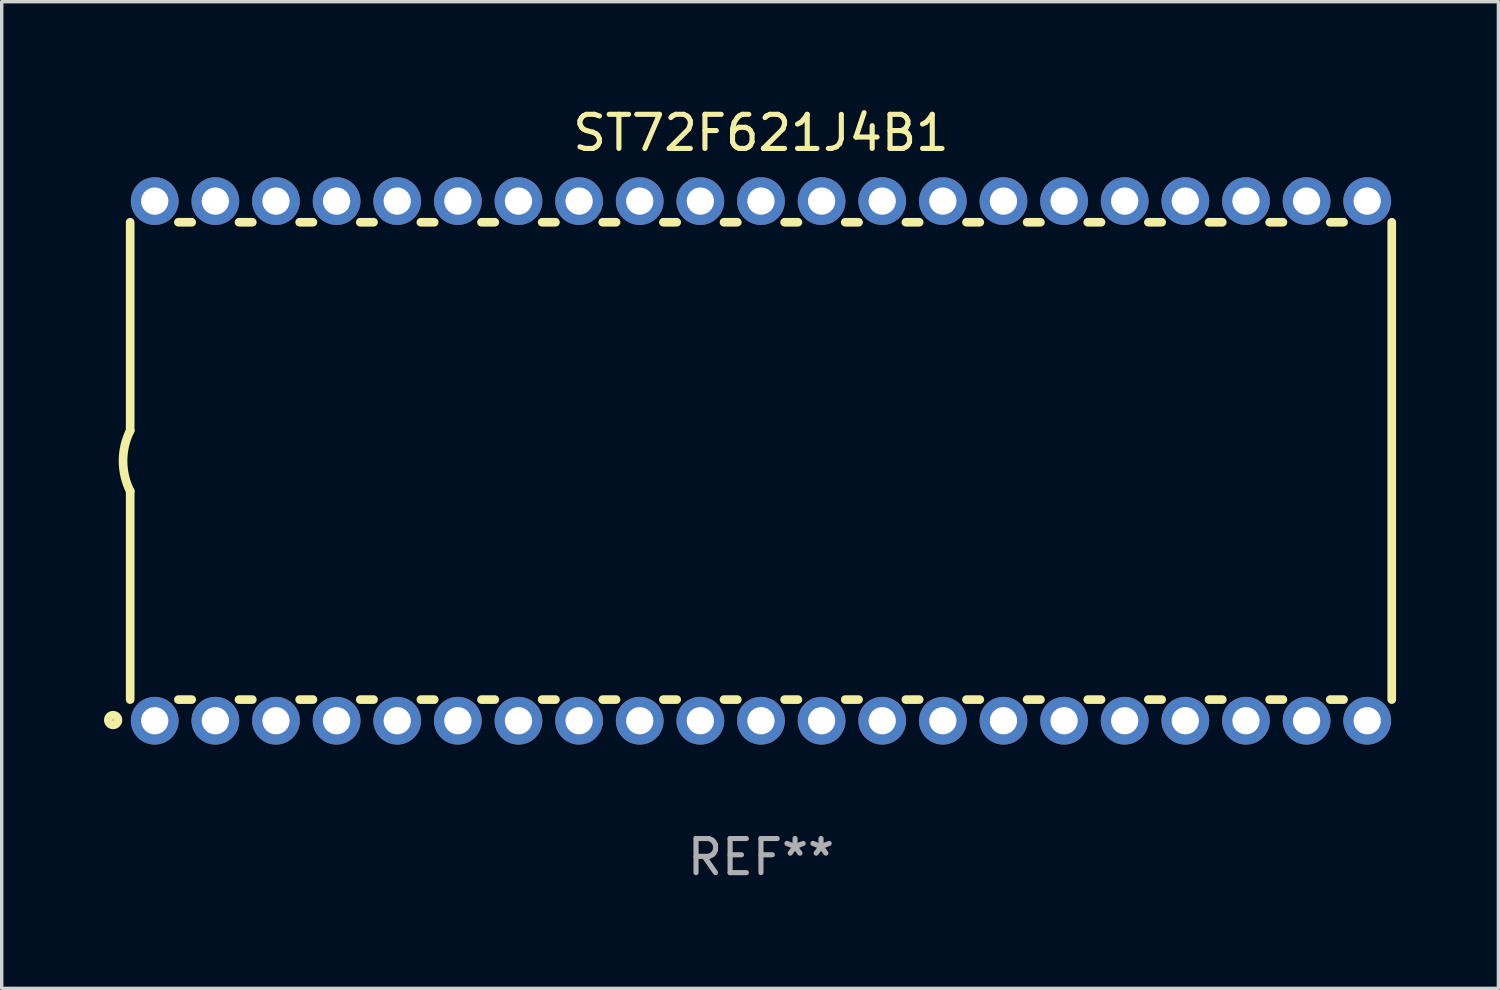
<source format=kicad_pcb>
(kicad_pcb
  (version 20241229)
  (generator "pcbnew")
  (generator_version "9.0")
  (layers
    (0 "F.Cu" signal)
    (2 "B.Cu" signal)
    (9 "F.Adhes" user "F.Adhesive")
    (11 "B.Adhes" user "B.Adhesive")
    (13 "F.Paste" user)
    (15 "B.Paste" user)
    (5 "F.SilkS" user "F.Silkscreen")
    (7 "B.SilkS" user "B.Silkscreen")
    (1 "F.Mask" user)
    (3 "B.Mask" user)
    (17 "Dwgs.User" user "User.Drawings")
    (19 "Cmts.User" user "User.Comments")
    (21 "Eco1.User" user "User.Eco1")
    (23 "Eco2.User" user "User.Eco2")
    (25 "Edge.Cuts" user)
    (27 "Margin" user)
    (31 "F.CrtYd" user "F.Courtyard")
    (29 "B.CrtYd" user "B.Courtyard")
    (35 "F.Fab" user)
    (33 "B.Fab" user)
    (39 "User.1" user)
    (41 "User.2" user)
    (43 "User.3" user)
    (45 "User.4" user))
  (footprint "ST72F621J4B1"
    (layer "F.Cu")
    (at 19.268 10.468)
    (property "Reference" "ST72F621J4B1" (at 0 -9.62 0) (layer "F.SilkS") (effects (font (size 1 1) (thickness 0.15))))
    (attr through_hole)
    (fp_line (start -18.5 -7) (end -18.5 -0.889) (stroke (width 0.254) (type solid)) (layer "F.SilkS"))
    (fp_line (start -18.5 7) (end -18.5 0.889) (stroke (width 0.254) (type solid)) (layer "F.SilkS"))
    (fp_line (start -16.696 -7) (end -17.086 -7) (stroke (width 0.254) (type solid)) (layer "F.SilkS"))
    (fp_line (start -16.696 7) (end -17.086 7) (stroke (width 0.254) (type solid)) (layer "F.SilkS"))
    (fp_line (start -14.918 -7) (end -15.308 -7) (stroke (width 0.254) (type solid)) (layer "F.SilkS"))
    (fp_line (start -14.918 7) (end -15.308 7) (stroke (width 0.254) (type solid)) (layer "F.SilkS"))
    (fp_line (start -13.14 -7) (end -13.53 -7) (stroke (width 0.254) (type solid)) (layer "F.SilkS"))
    (fp_line (start -13.14 7) (end -13.53 7) (stroke (width 0.254) (type solid)) (layer "F.SilkS"))
    (fp_line (start -11.362 -7) (end -11.752 -7) (stroke (width 0.254) (type solid)) (layer "F.SilkS"))
    (fp_line (start -11.362 7) (end -11.752 7) (stroke (width 0.254) (type solid)) (layer "F.SilkS"))
    (fp_line (start -9.584 -7) (end -9.974 -7) (stroke (width 0.254) (type solid)) (layer "F.SilkS"))
    (fp_line (start -9.584 7) (end -9.974 7) (stroke (width 0.254) (type solid)) (layer "F.SilkS"))
    (fp_line (start -7.806 -7) (end -8.196 -7) (stroke (width 0.254) (type solid)) (layer "F.SilkS"))
    (fp_line (start -7.806 7) (end -8.196 7) (stroke (width 0.254) (type solid)) (layer "F.SilkS"))
    (fp_line (start -6.028 -7) (end -6.418 -7) (stroke (width 0.254) (type solid)) (layer "F.SilkS"))
    (fp_line (start -6.028 7) (end -6.418 7) (stroke (width 0.254) (type solid)) (layer "F.SilkS"))
    (fp_line (start -4.25 -7) (end -4.64 -7) (stroke (width 0.254) (type solid)) (layer "F.SilkS"))
    (fp_line (start -4.25 7) (end -4.64 7) (stroke (width 0.254) (type solid)) (layer "F.SilkS"))
    (fp_line (start -2.472 -7) (end -2.862 -7) (stroke (width 0.254) (type solid)) (layer "F.SilkS"))
    (fp_line (start -2.472 7) (end -2.862 7) (stroke (width 0.254) (type solid)) (layer "F.SilkS"))
    (fp_line (start -0.694 -7) (end -1.084 -7) (stroke (width 0.254) (type solid)) (layer "F.SilkS"))
    (fp_line (start -0.694 7) (end -1.084 7) (stroke (width 0.254) (type solid)) (layer "F.SilkS"))
    (fp_line (start 1.084 -7) (end 0.694 -7) (stroke (width 0.254) (type solid)) (layer "F.SilkS"))
    (fp_line (start 1.084 7) (end 0.694 7) (stroke (width 0.254) (type solid)) (layer "F.SilkS"))
    (fp_line (start 2.862 -7) (end 2.472 -7) (stroke (width 0.254) (type solid)) (layer "F.SilkS"))
    (fp_line (start 2.862 7) (end 2.472 7) (stroke (width 0.254) (type solid)) (layer "F.SilkS"))
    (fp_line (start 4.64 -7) (end 4.25 -7) (stroke (width 0.254) (type solid)) (layer "F.SilkS"))
    (fp_line (start 4.64 7) (end 4.25 7) (stroke (width 0.254) (type solid)) (layer "F.SilkS"))
    (fp_line (start 6.418 -7) (end 6.028 -7) (stroke (width 0.254) (type solid)) (layer "F.SilkS"))
    (fp_line (start 6.418 7) (end 6.028 7) (stroke (width 0.254) (type solid)) (layer "F.SilkS"))
    (fp_line (start 8.196 -7) (end 7.806 -7) (stroke (width 0.254) (type solid)) (layer "F.SilkS"))
    (fp_line (start 8.196 7) (end 7.806 7) (stroke (width 0.254) (type solid)) (layer "F.SilkS"))
    (fp_line (start 9.974 -7) (end 9.584 -7) (stroke (width 0.254) (type solid)) (layer "F.SilkS"))
    (fp_line (start 9.974 7) (end 9.584 7) (stroke (width 0.254) (type solid)) (layer "F.SilkS"))
    (fp_line (start 11.752 -7) (end 11.362 -7) (stroke (width 0.254) (type solid)) (layer "F.SilkS"))
    (fp_line (start 11.752 7) (end 11.362 7) (stroke (width 0.254) (type solid)) (layer "F.SilkS"))
    (fp_line (start 13.53 -7) (end 13.14 -7) (stroke (width 0.254) (type solid)) (layer "F.SilkS"))
    (fp_line (start 13.53 7) (end 13.14 7) (stroke (width 0.254) (type solid)) (layer "F.SilkS"))
    (fp_line (start 15.308 -7) (end 14.918 -7) (stroke (width 0.254) (type solid)) (layer "F.SilkS"))
    (fp_line (start 15.308 7) (end 14.918 7) (stroke (width 0.254) (type solid)) (layer "F.SilkS"))
    (fp_line (start 17.086 -7) (end 16.696 -7) (stroke (width 0.254) (type solid)) (layer "F.SilkS"))
    (fp_line (start 17.086 7) (end 16.696 7) (stroke (width 0.254) (type solid)) (layer "F.SilkS"))
    (fp_line (start 18.5 -7) (end 18.5 7) (stroke (width 0.254) (type solid)) (layer "F.SilkS"))
    (fp_arc (start -18.499264 0.889002) (mid -18.709389 0.00009) (end -18.500025 -0.889002) (stroke (width 0.254001) (type solid)) (layer "F.SilkS"))
    (fp_circle (center -19 7.6) (end -18.859 7.6) (stroke (width 0.254) (type solid)) (fill no) (layer "F.SilkS"))
    (fp_text user "REF**" (at 0 11.62 0) (layer "F.Fab") (effects (font (size 1 1) (thickness 0.15))))
    (pad "1" thru_hole circle (at -17.78 7.62) (size 1.4 1.4) (drill 0.8) (layers "*.Cu" "*.Mask"))
    (pad "2" thru_hole circle (at -16.002 7.62) (size 1.4 1.4) (drill 0.8) (layers "*.Cu" "*.Mask"))
    (pad "3" thru_hole circle (at -14.224 7.62) (size 1.4 1.4) (drill 0.8) (layers "*.Cu" "*.Mask"))
    (pad "4" thru_hole circle (at -12.446 7.62) (size 1.4 1.4) (drill 0.8) (layers "*.Cu" "*.Mask"))
    (pad "5" thru_hole circle (at -10.668 7.62) (size 1.4 1.4) (drill 0.8) (layers "*.Cu" "*.Mask"))
    (pad "6" thru_hole circle (at -8.89 7.62) (size 1.4 1.4) (drill 0.8) (layers "*.Cu" "*.Mask"))
    (pad "7" thru_hole circle (at -7.112 7.62) (size 1.4 1.4) (drill 0.8) (layers "*.Cu" "*.Mask"))
    (pad "8" thru_hole circle (at -5.334 7.62) (size 1.4 1.4) (drill 0.8) (layers "*.Cu" "*.Mask"))
    (pad "9" thru_hole circle (at -3.556 7.62) (size 1.4 1.4) (drill 0.8) (layers "*.Cu" "*.Mask"))
    (pad "10" thru_hole circle (at -1.778 7.62) (size 1.4 1.4) (drill 0.8) (layers "*.Cu" "*.Mask"))
    (pad "11" thru_hole circle (at 0 7.62) (size 1.4 1.4) (drill 0.8) (layers "*.Cu" "*.Mask"))
    (pad "12" thru_hole circle (at 1.778 7.62) (size 1.4 1.4) (drill 0.8) (layers "*.Cu" "*.Mask"))
    (pad "13" thru_hole circle (at 3.556 7.62) (size 1.4 1.4) (drill 0.8) (layers "*.Cu" "*.Mask"))
    (pad "14" thru_hole circle (at 5.334 7.62) (size 1.4 1.4) (drill 0.8) (layers "*.Cu" "*.Mask"))
    (pad "15" thru_hole circle (at 7.112 7.62) (size 1.4 1.4) (drill 0.8) (layers "*.Cu" "*.Mask"))
    (pad "16" thru_hole circle (at 8.89 7.62) (size 1.4 1.4) (drill 0.8) (layers "*.Cu" "*.Mask"))
    (pad "17" thru_hole circle (at 10.668 7.62) (size 1.4 1.4) (drill 0.8) (layers "*.Cu" "*.Mask"))
    (pad "18" thru_hole circle (at 12.446 7.62) (size 1.4 1.4) (drill 0.8) (layers "*.Cu" "*.Mask"))
    (pad "19" thru_hole circle (at 14.224 7.62) (size 1.4 1.4) (drill 0.8) (layers "*.Cu" "*.Mask"))
    (pad "20" thru_hole circle (at 16.002 7.62) (size 1.4 1.4) (drill 0.8) (layers "*.Cu" "*.Mask"))
    (pad "21" thru_hole circle (at 17.78 7.62) (size 1.4 1.4) (drill 0.8) (layers "*.Cu" "*.Mask"))
    (pad "22" thru_hole circle (at 17.78 -7.62) (size 1.4 1.4) (drill 0.8) (layers "*.Cu" "*.Mask"))
    (pad "23" thru_hole circle (at 16.002 -7.62) (size 1.4 1.4) (drill 0.8) (layers "*.Cu" "*.Mask"))
    (pad "24" thru_hole circle (at 14.224 -7.62) (size 1.4 1.4) (drill 0.8) (layers "*.Cu" "*.Mask"))
    (pad "25" thru_hole circle (at 12.446 -7.62) (size 1.4 1.4) (drill 0.8) (layers "*.Cu" "*.Mask"))
    (pad "26" thru_hole circle (at 10.668 -7.62) (size 1.4 1.4) (drill 0.8) (layers "*.Cu" "*.Mask"))
    (pad "27" thru_hole circle (at 8.89 -7.62) (size 1.4 1.4) (drill 0.8) (layers "*.Cu" "*.Mask"))
    (pad "28" thru_hole circle (at 7.112 -7.62) (size 1.4 1.4) (drill 0.8) (layers "*.Cu" "*.Mask"))
    (pad "29" thru_hole circle (at 5.334 -7.62) (size 1.4 1.4) (drill 0.8) (layers "*.Cu" "*.Mask"))
    (pad "30" thru_hole circle (at 3.556 -7.62) (size 1.4 1.4) (drill 0.8) (layers "*.Cu" "*.Mask"))
    (pad "31" thru_hole circle (at 1.778 -7.62) (size 1.4 1.4) (drill 0.8) (layers "*.Cu" "*.Mask"))
    (pad "32" thru_hole circle (at 0 -7.62) (size 1.4 1.4) (drill 0.8) (layers "*.Cu" "*.Mask"))
    (pad "33" thru_hole circle (at -1.778 -7.62) (size 1.4 1.4) (drill 0.8) (layers "*.Cu" "*.Mask"))
    (pad "34" thru_hole circle (at -3.556 -7.62) (size 1.4 1.4) (drill 0.8) (layers "*.Cu" "*.Mask"))
    (pad "35" thru_hole circle (at -5.334 -7.62) (size 1.4 1.4) (drill 0.8) (layers "*.Cu" "*.Mask"))
    (pad "36" thru_hole circle (at -7.112 -7.62) (size 1.4 1.4) (drill 0.8) (layers "*.Cu" "*.Mask"))
    (pad "37" thru_hole circle (at -8.89 -7.62) (size 1.4 1.4) (drill 0.8) (layers "*.Cu" "*.Mask"))
    (pad "38" thru_hole circle (at -10.668 -7.62) (size 1.4 1.4) (drill 0.8) (layers "*.Cu" "*.Mask"))
    (pad "39" thru_hole circle (at -12.446 -7.62) (size 1.4 1.4) (drill 0.8) (layers "*.Cu" "*.Mask"))
    (pad "40" thru_hole circle (at -14.224 -7.62) (size 1.4 1.4) (drill 0.8) (layers "*.Cu" "*.Mask"))
    (pad "41" thru_hole circle (at -16.002 -7.62) (size 1.4 1.4) (drill 0.8) (layers "*.Cu" "*.Mask"))
    (pad "42" thru_hole circle (at -17.78 -7.62) (size 1.4 1.4) (drill 0.8) (layers "*.Cu" "*.Mask")))
  (gr_rect
    (start -3 -3)
    (end 40.896 25.937)
    (stroke (width 0.1) (type default))
    (fill no)
    (layer "Edge.Cuts")))
</source>
